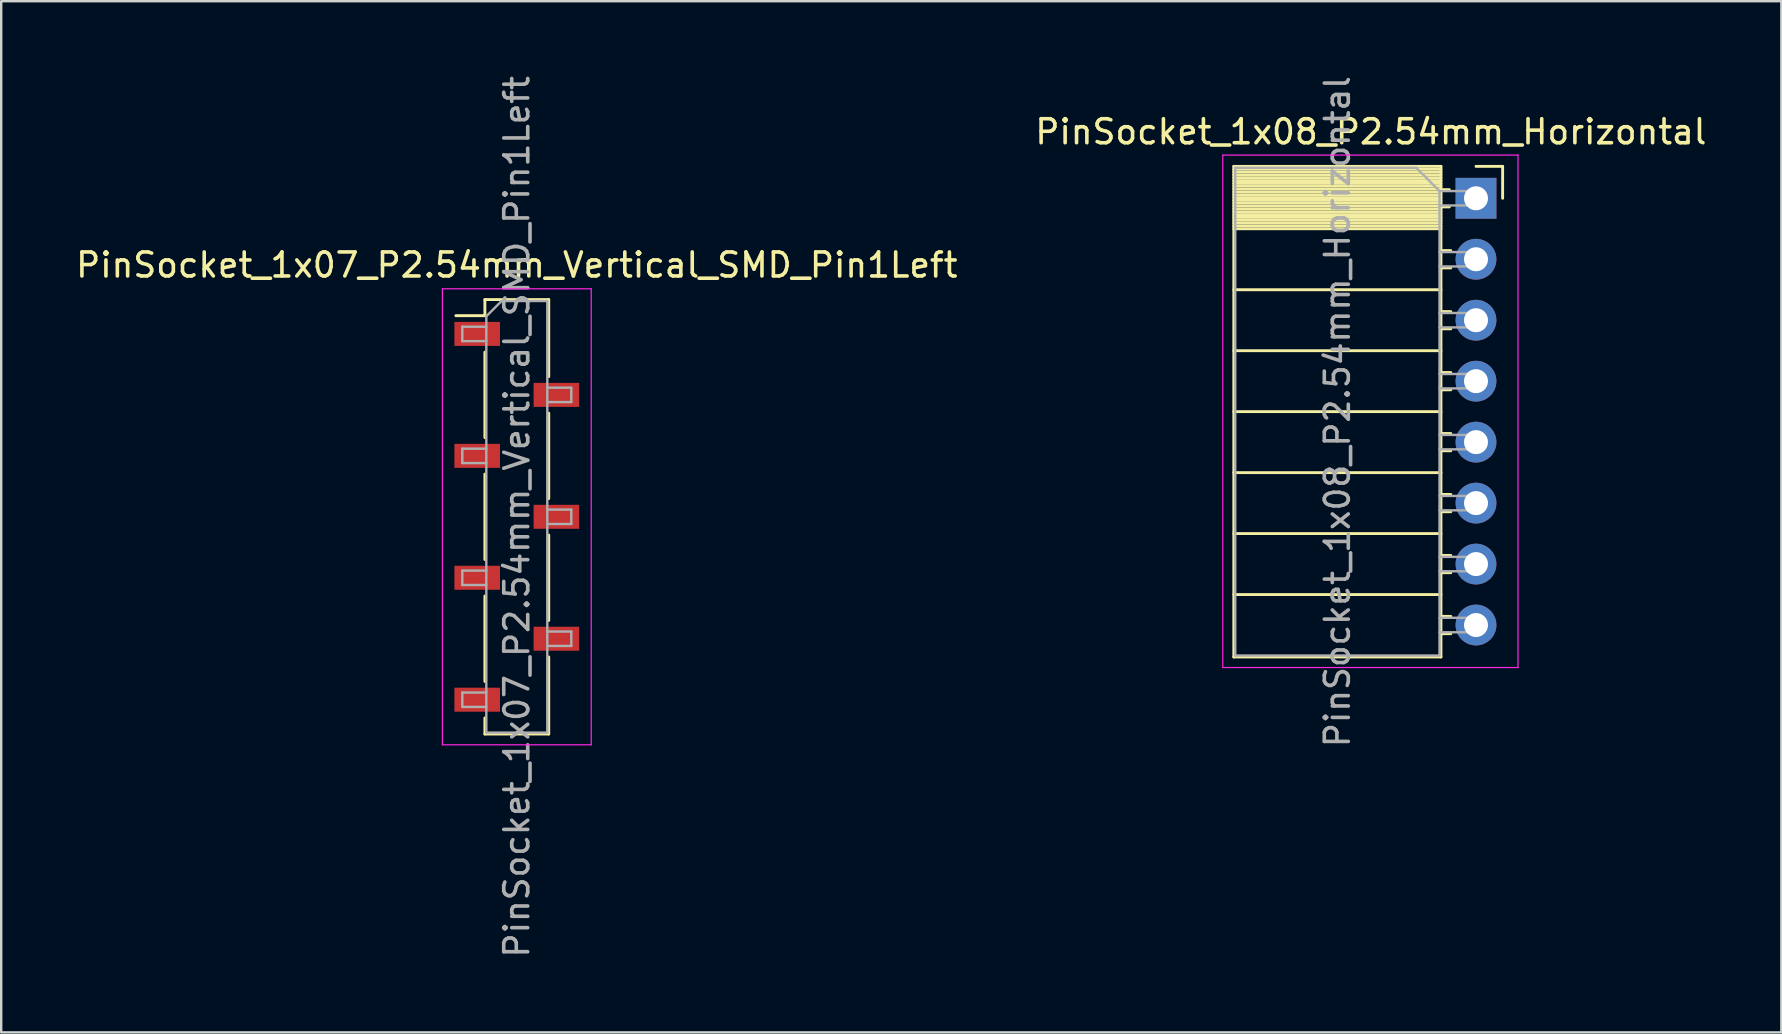
<source format=kicad_pcb>
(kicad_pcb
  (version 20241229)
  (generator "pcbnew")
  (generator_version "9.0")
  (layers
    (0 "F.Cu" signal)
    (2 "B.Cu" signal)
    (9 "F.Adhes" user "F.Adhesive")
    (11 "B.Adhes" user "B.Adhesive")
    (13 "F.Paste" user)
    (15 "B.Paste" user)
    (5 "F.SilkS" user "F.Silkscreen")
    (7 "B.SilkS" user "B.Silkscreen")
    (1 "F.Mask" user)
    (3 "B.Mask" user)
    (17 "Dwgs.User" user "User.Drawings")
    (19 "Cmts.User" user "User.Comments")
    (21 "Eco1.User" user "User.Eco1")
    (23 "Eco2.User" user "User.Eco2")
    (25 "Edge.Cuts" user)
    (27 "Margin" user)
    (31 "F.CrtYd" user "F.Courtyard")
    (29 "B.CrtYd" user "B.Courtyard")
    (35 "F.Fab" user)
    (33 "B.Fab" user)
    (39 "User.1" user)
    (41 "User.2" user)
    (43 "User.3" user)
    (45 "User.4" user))
  (footprint "PinSocket_1x07_P2.54mm_Vertical_SMD_Pin1Left"
    (layer "F.Cu")
    (at 18.482 18.482)
    (property "Reference" "PinSocket_1x07_P2.54mm_Vertical_SMD_Pin1Left" (at 0 -10.49 0) (layer "F.SilkS") (effects (font (size 1 1) (thickness 0.15))))
    (attr smd)
    (fp_line (start -2.54 -8.38) (end -1.33 -8.38) (stroke (width 0.12) (type solid)) (layer "F.SilkS"))
    (fp_line (start -1.33 -9.05) (end -1.33 -8.38) (stroke (width 0.12) (type solid)) (layer "F.SilkS"))
    (fp_line (start -1.33 -9.05) (end 1.33 -9.05) (stroke (width 0.12) (type solid)) (layer "F.SilkS"))
    (fp_line (start -1.33 -6.86) (end -1.33 -3.3) (stroke (width 0.12) (type solid)) (layer "F.SilkS"))
    (fp_line (start -1.33 -1.78) (end -1.33 1.78) (stroke (width 0.12) (type solid)) (layer "F.SilkS"))
    (fp_line (start -1.33 3.3) (end -1.33 6.86) (stroke (width 0.12) (type solid)) (layer "F.SilkS"))
    (fp_line (start -1.33 8.38) (end -1.33 9.05) (stroke (width 0.12) (type solid)) (layer "F.SilkS"))
    (fp_line (start -1.33 9.05) (end 1.33 9.05) (stroke (width 0.12) (type solid)) (layer "F.SilkS"))
    (fp_line (start 1.33 -9.05) (end 1.33 -5.84) (stroke (width 0.12) (type solid)) (layer "F.SilkS"))
    (fp_line (start 1.33 -4.32) (end 1.33 -0.76) (stroke (width 0.12) (type solid)) (layer "F.SilkS"))
    (fp_line (start 1.33 0.76) (end 1.33 4.32) (stroke (width 0.12) (type solid)) (layer "F.SilkS"))
    (fp_line (start 1.33 5.84) (end 1.33 9.05) (stroke (width 0.12) (type solid)) (layer "F.SilkS"))
    (fp_line (start -3.1 -9.5) (end 3.1 -9.5) (stroke (width 0.05) (type solid)) (layer "F.CrtYd"))
    (fp_line (start -3.1 9.5) (end -3.1 -9.5) (stroke (width 0.05) (type solid)) (layer "F.CrtYd"))
    (fp_line (start 3.1 -9.5) (end 3.1 9.5) (stroke (width 0.05) (type solid)) (layer "F.CrtYd"))
    (fp_line (start 3.1 9.5) (end -3.1 9.5) (stroke (width 0.05) (type solid)) (layer "F.CrtYd"))
    (fp_line (start -2.27 -7.92) (end -1.27 -7.92) (stroke (width 0.1) (type solid)) (layer "F.Fab"))
    (fp_line (start -2.27 -7.32) (end -2.27 -7.92) (stroke (width 0.1) (type solid)) (layer "F.Fab"))
    (fp_line (start -2.27 -2.84) (end -1.27 -2.84) (stroke (width 0.1) (type solid)) (layer "F.Fab"))
    (fp_line (start -2.27 -2.24) (end -2.27 -2.84) (stroke (width 0.1) (type solid)) (layer "F.Fab"))
    (fp_line (start -2.27 2.24) (end -1.27 2.24) (stroke (width 0.1) (type solid)) (layer "F.Fab"))
    (fp_line (start -2.27 2.84) (end -2.27 2.24) (stroke (width 0.1) (type solid)) (layer "F.Fab"))
    (fp_line (start -2.27 7.32) (end -1.27 7.32) (stroke (width 0.1) (type solid)) (layer "F.Fab"))
    (fp_line (start -2.27 7.92) (end -2.27 7.32) (stroke (width 0.1) (type solid)) (layer "F.Fab"))
    (fp_line (start -1.27 -8.355) (end -0.635 -8.99) (stroke (width 0.1) (type solid)) (layer "F.Fab"))
    (fp_line (start -1.27 -7.32) (end -2.27 -7.32) (stroke (width 0.1) (type solid)) (layer "F.Fab"))
    (fp_line (start -1.27 -2.24) (end -2.27 -2.24) (stroke (width 0.1) (type solid)) (layer "F.Fab"))
    (fp_line (start -1.27 2.84) (end -2.27 2.84) (stroke (width 0.1) (type solid)) (layer "F.Fab"))
    (fp_line (start -1.27 7.92) (end -2.27 7.92) (stroke (width 0.1) (type solid)) (layer "F.Fab"))
    (fp_line (start -1.27 8.99) (end -1.27 -8.355) (stroke (width 0.1) (type solid)) (layer "F.Fab"))
    (fp_line (start -0.635 -8.99) (end 1.27 -8.99) (stroke (width 0.1) (type solid)) (layer "F.Fab"))
    (fp_line (start 1.27 -8.99) (end 1.27 8.99) (stroke (width 0.1) (type solid)) (layer "F.Fab"))
    (fp_line (start 1.27 -5.38) (end 2.27 -5.38) (stroke (width 0.1) (type solid)) (layer "F.Fab"))
    (fp_line (start 1.27 -0.3) (end 2.27 -0.3) (stroke (width 0.1) (type solid)) (layer "F.Fab"))
    (fp_line (start 1.27 4.78) (end 2.27 4.78) (stroke (width 0.1) (type solid)) (layer "F.Fab"))
    (fp_line (start 1.27 8.99) (end -1.27 8.99) (stroke (width 0.1) (type solid)) (layer "F.Fab"))
    (fp_line (start 2.27 -5.38) (end 2.27 -4.78) (stroke (width 0.1) (type solid)) (layer "F.Fab"))
    (fp_line (start 2.27 -4.78) (end 1.27 -4.78) (stroke (width 0.1) (type solid)) (layer "F.Fab"))
    (fp_line (start 2.27 -0.3) (end 2.27 0.3) (stroke (width 0.1) (type solid)) (layer "F.Fab"))
    (fp_line (start 2.27 0.3) (end 1.27 0.3) (stroke (width 0.1) (type solid)) (layer "F.Fab"))
    (fp_line (start 2.27 4.78) (end 2.27 5.38) (stroke (width 0.1) (type solid)) (layer "F.Fab"))
    (fp_line (start 2.27 5.38) (end 1.27 5.38) (stroke (width 0.1) (type solid)) (layer "F.Fab"))
    (fp_text user "${REFERENCE}" (at 0 0 90) (layer "F.Fab") (effects (font (size 1 1) (thickness 0.15))))
    (pad "1" smd rect (at -1.65 -7.62) (size 1.9 1) (layers "F.Cu" "F.Mask" "F.Paste"))
    (pad "2" smd rect (at 1.65 -5.08) (size 1.9 1) (layers "F.Cu" "F.Mask" "F.Paste"))
    (pad "3" smd rect (at -1.65 -2.54) (size 1.9 1) (layers "F.Cu" "F.Mask" "F.Paste"))
    (pad "4" smd rect (at 1.65 0) (size 1.9 1) (layers "F.Cu" "F.Mask" "F.Paste"))
    (pad "5" smd rect (at -1.65 2.54) (size 1.9 1) (layers "F.Cu" "F.Mask" "F.Paste"))
    (pad "6" smd rect (at 1.65 5.08) (size 1.9 1) (layers "F.Cu" "F.Mask" "F.Paste"))
    (pad "7" smd rect (at -1.65 7.62) (size 1.9 1) (layers "F.Cu" "F.Mask" "F.Paste")))
  (footprint "PinSocket_1x08_P2.54mm_Horizontal"
    (layer "F.Cu")
    (at 58.445 5.211)
    (property "Reference" "PinSocket_1x08_P2.54mm_Horizontal" (at -4.38 -2.77 0) (layer "F.SilkS") (effects (font (size 1 1) (thickness 0.15))))
    (attr through_hole)
    (fp_line (start -10.09 -1.33) (end -10.09 19.11) (stroke (width 0.12) (type solid)) (layer "F.SilkS"))
    (fp_line (start -10.09 -1.33) (end -1.46 -1.33) (stroke (width 0.12) (type solid)) (layer "F.SilkS"))
    (fp_line (start -10.09 -1.21) (end -1.46 -1.21) (stroke (width 0.12) (type solid)) (layer "F.SilkS"))
    (fp_line (start -10.09 -1.092) (end -1.46 -1.092) (stroke (width 0.12) (type solid)) (layer "F.SilkS"))
    (fp_line (start -10.09 -0.974) (end -1.46 -0.974) (stroke (width 0.12) (type solid)) (layer "F.SilkS"))
    (fp_line (start -10.09 -0.856) (end -1.46 -0.856) (stroke (width 0.12) (type solid)) (layer "F.SilkS"))
    (fp_line (start -10.09 -0.738) (end -1.46 -0.738) (stroke (width 0.12) (type solid)) (layer "F.SilkS"))
    (fp_line (start -10.09 -0.62) (end -1.46 -0.62) (stroke (width 0.12) (type solid)) (layer "F.SilkS"))
    (fp_line (start -10.09 -0.501) (end -1.46 -0.501) (stroke (width 0.12) (type solid)) (layer "F.SilkS"))
    (fp_line (start -10.09 -0.383) (end -1.46 -0.383) (stroke (width 0.12) (type solid)) (layer "F.SilkS"))
    (fp_line (start -10.09 -0.265) (end -1.46 -0.265) (stroke (width 0.12) (type solid)) (layer "F.SilkS"))
    (fp_line (start -10.09 -0.147) (end -1.46 -0.147) (stroke (width 0.12) (type solid)) (layer "F.SilkS"))
    (fp_line (start -10.09 -0.029) (end -1.46 -0.029) (stroke (width 0.12) (type solid)) (layer "F.SilkS"))
    (fp_line (start -10.09 0.089) (end -1.46 0.089) (stroke (width 0.12) (type solid)) (layer "F.SilkS"))
    (fp_line (start -10.09 0.207) (end -1.46 0.207) (stroke (width 0.12) (type solid)) (layer "F.SilkS"))
    (fp_line (start -10.09 0.325) (end -1.46 0.325) (stroke (width 0.12) (type solid)) (layer "F.SilkS"))
    (fp_line (start -10.09 0.443) (end -1.46 0.443) (stroke (width 0.12) (type solid)) (layer "F.SilkS"))
    (fp_line (start -10.09 0.561) (end -1.46 0.561) (stroke (width 0.12) (type solid)) (layer "F.SilkS"))
    (fp_line (start -10.09 0.68) (end -1.46 0.68) (stroke (width 0.12) (type solid)) (layer "F.SilkS"))
    (fp_line (start -10.09 0.798) (end -1.46 0.798) (stroke (width 0.12) (type solid)) (layer "F.SilkS"))
    (fp_line (start -10.09 0.916) (end -1.46 0.916) (stroke (width 0.12) (type solid)) (layer "F.SilkS"))
    (fp_line (start -10.09 1.034) (end -1.46 1.034) (stroke (width 0.12) (type solid)) (layer "F.SilkS"))
    (fp_line (start -10.09 1.152) (end -1.46 1.152) (stroke (width 0.12) (type solid)) (layer "F.SilkS"))
    (fp_line (start -10.09 1.27) (end -1.46 1.27) (stroke (width 0.12) (type solid)) (layer "F.SilkS"))
    (fp_line (start -10.09 3.81) (end -1.46 3.81) (stroke (width 0.12) (type solid)) (layer "F.SilkS"))
    (fp_line (start -10.09 6.35) (end -1.46 6.35) (stroke (width 0.12) (type solid)) (layer "F.SilkS"))
    (fp_line (start -10.09 8.89) (end -1.46 8.89) (stroke (width 0.12) (type solid)) (layer "F.SilkS"))
    (fp_line (start -10.09 11.43) (end -1.46 11.43) (stroke (width 0.12) (type solid)) (layer "F.SilkS"))
    (fp_line (start -10.09 13.97) (end -1.46 13.97) (stroke (width 0.12) (type solid)) (layer "F.SilkS"))
    (fp_line (start -10.09 16.51) (end -1.46 16.51) (stroke (width 0.12) (type solid)) (layer "F.SilkS"))
    (fp_line (start -10.09 19.11) (end -1.46 19.11) (stroke (width 0.12) (type solid)) (layer "F.SilkS"))
    (fp_line (start -1.46 -1.33) (end -1.46 19.11) (stroke (width 0.12) (type solid)) (layer "F.SilkS"))
    (fp_line (start -1.46 -0.36) (end -1.11 -0.36) (stroke (width 0.12) (type solid)) (layer "F.SilkS"))
    (fp_line (start -1.46 0.36) (end -1.11 0.36) (stroke (width 0.12) (type solid)) (layer "F.SilkS"))
    (fp_line (start -1.46 2.18) (end -1.05 2.18) (stroke (width 0.12) (type solid)) (layer "F.SilkS"))
    (fp_line (start -1.46 2.9) (end -1.05 2.9) (stroke (width 0.12) (type solid)) (layer "F.SilkS"))
    (fp_line (start -1.46 4.72) (end -1.05 4.72) (stroke (width 0.12) (type solid)) (layer "F.SilkS"))
    (fp_line (start -1.46 5.44) (end -1.05 5.44) (stroke (width 0.12) (type solid)) (layer "F.SilkS"))
    (fp_line (start -1.46 7.26) (end -1.05 7.26) (stroke (width 0.12) (type solid)) (layer "F.SilkS"))
    (fp_line (start -1.46 7.98) (end -1.05 7.98) (stroke (width 0.12) (type solid)) (layer "F.SilkS"))
    (fp_line (start -1.46 9.8) (end -1.05 9.8) (stroke (width 0.12) (type solid)) (layer "F.SilkS"))
    (fp_line (start -1.46 10.52) (end -1.05 10.52) (stroke (width 0.12) (type solid)) (layer "F.SilkS"))
    (fp_line (start -1.46 12.34) (end -1.05 12.34) (stroke (width 0.12) (type solid)) (layer "F.SilkS"))
    (fp_line (start -1.46 13.06) (end -1.05 13.06) (stroke (width 0.12) (type solid)) (layer "F.SilkS"))
    (fp_line (start -1.46 14.88) (end -1.05 14.88) (stroke (width 0.12) (type solid)) (layer "F.SilkS"))
    (fp_line (start -1.46 15.6) (end -1.05 15.6) (stroke (width 0.12) (type solid)) (layer "F.SilkS"))
    (fp_line (start -1.46 17.42) (end -1.05 17.42) (stroke (width 0.12) (type solid)) (layer "F.SilkS"))
    (fp_line (start -1.46 18.14) (end -1.05 18.14) (stroke (width 0.12) (type solid)) (layer "F.SilkS"))
    (fp_line (start 0 -1.33) (end 1.11 -1.33) (stroke (width 0.12) (type solid)) (layer "F.SilkS"))
    (fp_line (start 1.11 -1.33) (end 1.11 0) (stroke (width 0.12) (type solid)) (layer "F.SilkS"))
    (fp_line (start -10.55 -1.8) (end -10.55 19.55) (stroke (width 0.05) (type solid)) (layer "F.CrtYd"))
    (fp_line (start -10.55 19.55) (end 1.75 19.55) (stroke (width 0.05) (type solid)) (layer "F.CrtYd"))
    (fp_line (start 1.75 -1.8) (end -10.55 -1.8) (stroke (width 0.05) (type solid)) (layer "F.CrtYd"))
    (fp_line (start 1.75 19.55) (end 1.75 -1.8) (stroke (width 0.05) (type solid)) (layer "F.CrtYd"))
    (fp_line (start -10.03 -1.27) (end -2.49 -1.27) (stroke (width 0.1) (type solid)) (layer "F.Fab"))
    (fp_line (start -10.03 19.05) (end -10.03 -1.27) (stroke (width 0.1) (type solid)) (layer "F.Fab"))
    (fp_line (start -2.49 -1.27) (end -1.52 -0.3) (stroke (width 0.1) (type solid)) (layer "F.Fab"))
    (fp_line (start -1.52 -0.3) (end -1.52 19.05) (stroke (width 0.1) (type solid)) (layer "F.Fab"))
    (fp_line (start -1.52 0.3) (end 0 0.3) (stroke (width 0.1) (type solid)) (layer "F.Fab"))
    (fp_line (start -1.52 2.84) (end 0 2.84) (stroke (width 0.1) (type solid)) (layer "F.Fab"))
    (fp_line (start -1.52 5.38) (end 0 5.38) (stroke (width 0.1) (type solid)) (layer "F.Fab"))
    (fp_line (start -1.52 7.92) (end 0 7.92) (stroke (width 0.1) (type solid)) (layer "F.Fab"))
    (fp_line (start -1.52 10.46) (end 0 10.46) (stroke (width 0.1) (type solid)) (layer "F.Fab"))
    (fp_line (start -1.52 13) (end 0 13) (stroke (width 0.1) (type solid)) (layer "F.Fab"))
    (fp_line (start -1.52 15.54) (end 0 15.54) (stroke (width 0.1) (type solid)) (layer "F.Fab"))
    (fp_line (start -1.52 18.08) (end 0 18.08) (stroke (width 0.1) (type solid)) (layer "F.Fab"))
    (fp_line (start -1.52 19.05) (end -10.03 19.05) (stroke (width 0.1) (type solid)) (layer "F.Fab"))
    (fp_line (start 0 -0.3) (end -1.52 -0.3) (stroke (width 0.1) (type solid)) (layer "F.Fab"))
    (fp_line (start 0 0.3) (end 0 -0.3) (stroke (width 0.1) (type solid)) (layer "F.Fab"))
    (fp_line (start 0 2.24) (end -1.52 2.24) (stroke (width 0.1) (type solid)) (layer "F.Fab"))
    (fp_line (start 0 2.84) (end 0 2.24) (stroke (width 0.1) (type solid)) (layer "F.Fab"))
    (fp_line (start 0 4.78) (end -1.52 4.78) (stroke (width 0.1) (type solid)) (layer "F.Fab"))
    (fp_line (start 0 5.38) (end 0 4.78) (stroke (width 0.1) (type solid)) (layer "F.Fab"))
    (fp_line (start 0 7.32) (end -1.52 7.32) (stroke (width 0.1) (type solid)) (layer "F.Fab"))
    (fp_line (start 0 7.92) (end 0 7.32) (stroke (width 0.1) (type solid)) (layer "F.Fab"))
    (fp_line (start 0 9.86) (end -1.52 9.86) (stroke (width 0.1) (type solid)) (layer "F.Fab"))
    (fp_line (start 0 10.46) (end 0 9.86) (stroke (width 0.1) (type solid)) (layer "F.Fab"))
    (fp_line (start 0 12.4) (end -1.52 12.4) (stroke (width 0.1) (type solid)) (layer "F.Fab"))
    (fp_line (start 0 13) (end 0 12.4) (stroke (width 0.1) (type solid)) (layer "F.Fab"))
    (fp_line (start 0 14.94) (end -1.52 14.94) (stroke (width 0.1) (type solid)) (layer "F.Fab"))
    (fp_line (start 0 15.54) (end 0 14.94) (stroke (width 0.1) (type solid)) (layer "F.Fab"))
    (fp_line (start 0 17.48) (end -1.52 17.48) (stroke (width 0.1) (type solid)) (layer "F.Fab"))
    (fp_line (start 0 18.08) (end 0 17.48) (stroke (width 0.1) (type solid)) (layer "F.Fab"))
    (fp_text user "${REFERENCE}" (at -5.775 8.89 90) (layer "F.Fab") (effects (font (size 1 1) (thickness 0.15))))
    (pad "1" thru_hole rect (at 0 0) (size 1.7 1.7) (drill 1) (layers "*.Cu" "*.Mask"))
    (pad "2" thru_hole circle (at 0 2.54) (size 1.7 1.7) (drill 1) (layers "*.Cu" "*.Mask"))
    (pad "3" thru_hole circle (at 0 5.08) (size 1.7 1.7) (drill 1) (layers "*.Cu" "*.Mask"))
    (pad "4" thru_hole circle (at 0 7.62) (size 1.7 1.7) (drill 1) (layers "*.Cu" "*.Mask"))
    (pad "5" thru_hole circle (at 0 10.16) (size 1.7 1.7) (drill 1) (layers "*.Cu" "*.Mask"))
    (pad "6" thru_hole circle (at 0 12.7) (size 1.7 1.7) (drill 1) (layers "*.Cu" "*.Mask"))
    (pad "7" thru_hole circle (at 0 15.24) (size 1.7 1.7) (drill 1) (layers "*.Cu" "*.Mask"))
    (pad "8" thru_hole circle (at 0 17.78) (size 1.7 1.7) (drill 1) (layers "*.Cu" "*.Mask")))
  (gr_rect
    (start -3 -3)
    (end 71.167 39.964)
    (stroke (width 0.1) (type default))
    (fill no)
    (layer "Edge.Cuts")))
</source>
